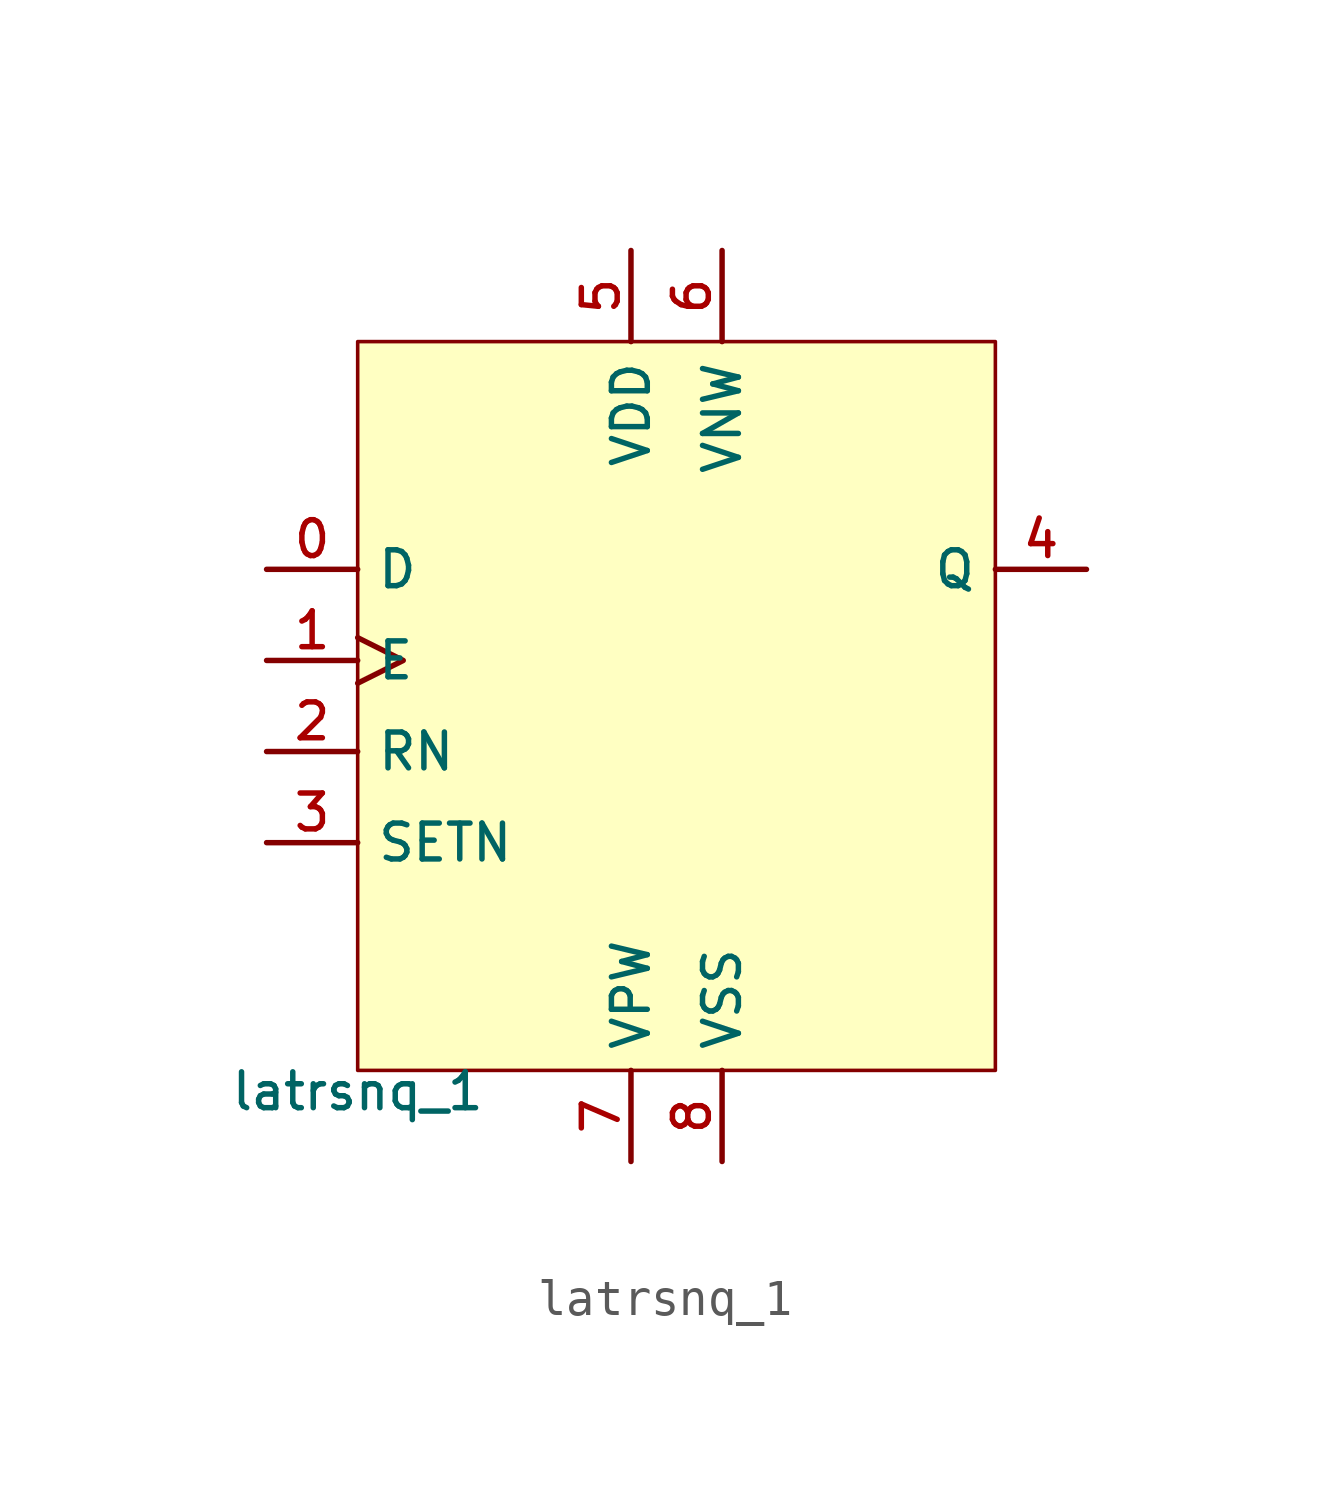
<source format=kicad_sym>
(kicad_symbol_lib
  (version 20211014)
  (generator pdk2kicad)
  (symbol "latrsnq_1"
    (property "Reference" "X"
      (at 0 0 0)
      (effects (font (size 1 1)) hide))
    (property "Value" "latrsnq_1"
      (at -8.89 -10.16 0)
      (effects (font (size 1 1)) (justify top)))
    (rectangle
      (start -8.89 -10.16)
      (end 8.89 10.16)
      (stroke (width 0.1) (type solid) (color 0 0 0 0))
      (fill (type background)))
    (pin input line
      (at -11.43 3.81 0)
      (length 2.54)
      (name "D" (effects (font (size 1 1)) hide))
      (number "0" (effects (font (size 1 1)) hide)))
    (pin input clock
      (at -11.43 1.27 0)
      (length 2.54)
      (name "E" (effects (font (size 1 1)) hide))
      (number "1" (effects (font (size 1 1)) hide)))
    (pin input line
      (at -11.43 -1.27 0)
      (length 2.54)
      (name "RN" (effects (font (size 1 1)) hide))
      (number "2" (effects (font (size 1 1)) hide)))
    (pin input line
      (at -11.43 -3.81 0)
      (length 2.54)
      (name "SETN" (effects (font (size 1 1)) hide))
      (number "3" (effects (font (size 1 1)) hide)))
    (pin output line
      (at 11.43 3.81 180)
      (length 2.54)
      (name "Q" (effects (font (size 1 1)) hide))
      (number "4" (effects (font (size 1 1)) hide)))
    (pin power_in line
      (at -1.27 12.7 270)
      (length 2.54)
      (name "VDD" (effects (font (size 1 1)) hide))
      (number "5" (effects (font (size 1 1)) hide)))
    (pin power_in line
      (at 1.27 12.7 270)
      (length 2.54)
      (name "VNW" (effects (font (size 1 1)) hide))
      (number "6" (effects (font (size 1 1)) hide)))
    (pin power_in line
      (at -1.27 -12.7 90)
      (length 2.54)
      (name "VPW" (effects (font (size 1 1)) hide))
      (number "7" (effects (font (size 1 1)) hide)))
    (pin power_in line
      (at 1.27 -12.7 90)
      (length 2.54)
      (name "VSS" (effects (font (size 1 1)) hide))
      (number "8" (effects (font (size 1 1)) hide)))))
</source>
